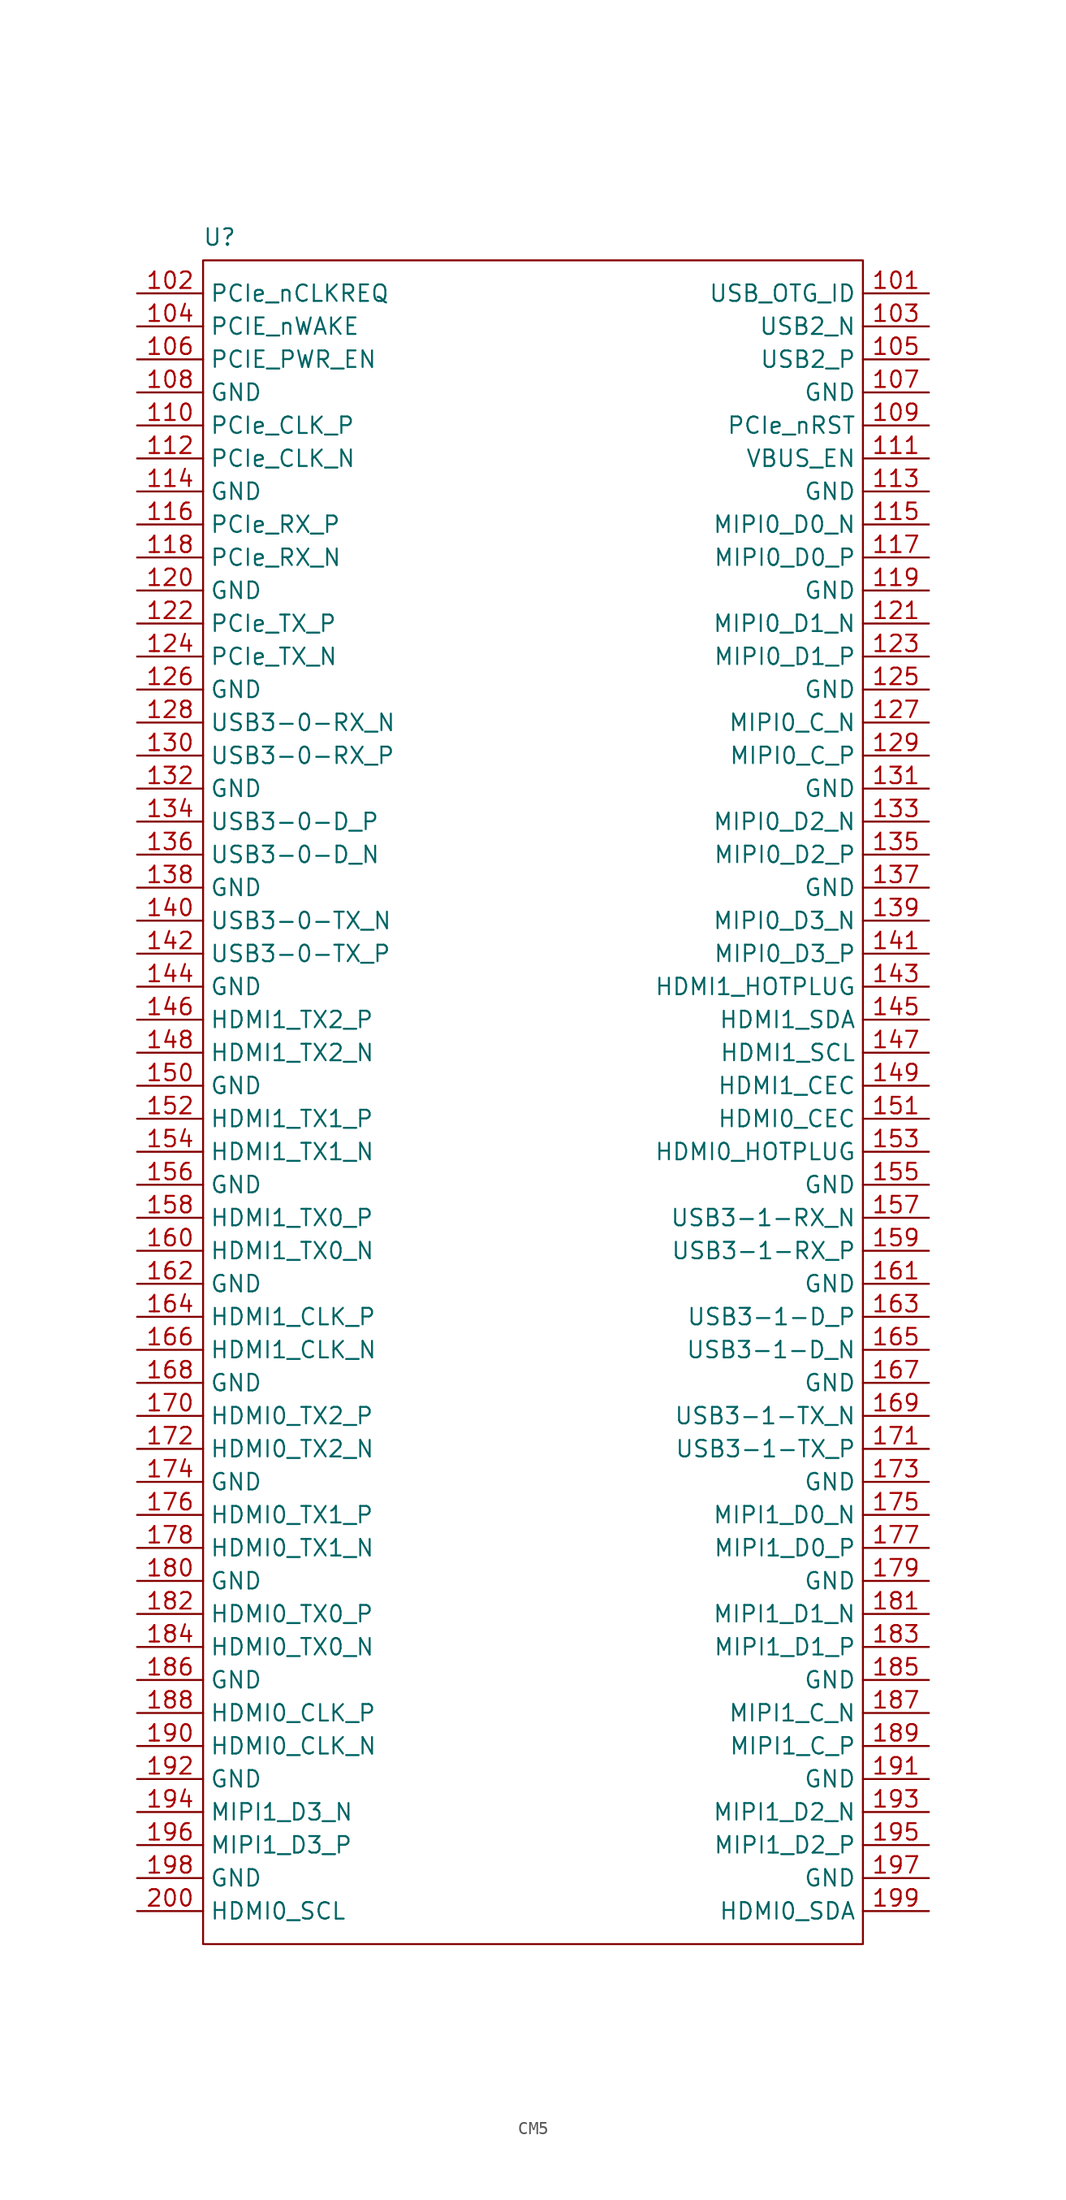
<source format=kicad_sym>
(kicad_symbol_lib
  (version 20241209)
  (generator "kicad_symbol_editor")
  (generator_version "9.0")
  (symbol "CM5"
    (property "Reference" "U"
      (at -24.13 66.548 0)
      (effects (font (size 1.27 1.27))))
    (property "Value" ""
      (at -1.27 2.54 0)
      (effects (font (size 1.27 1.27))))
    (symbol "CM5_1_1"
      (rectangle (start -25.4 64.77) (end 25.4 -64.77) (stroke (width 0) (type default)) (fill (type none)))
      (pin input line (at -30.48 62.23 0) (length 5.08) (name "PCIe_nCLKREQ" (effects (font (size 1.27 1.27)))) (number "102" (effects (font (size 1.27 1.27)))))
      (pin input line (at -30.48 59.69 0) (length 5.08) (name "PCIE_nWAKE" (effects (font (size 1.27 1.27)))) (number "104" (effects (font (size 1.27 1.27)))))
      (pin output line (at -30.48 57.15 0) (length 5.08) (name "PCIE_PWR_EN" (effects (font (size 1.27 1.27)))) (number "106" (effects (font (size 1.27 1.27)))))
      (pin power_in line (at -30.48 54.61 0) (length 5.08) (name "GND" (effects (font (size 1.27 1.27)))) (number "108" (effects (font (size 1.27 1.27)))))
      (pin output line (at -30.48 52.07 0) (length 5.08) (name "PCIe_CLK_P" (effects (font (size 1.27 1.27)))) (number "110" (effects (font (size 1.27 1.27)))))
      (pin output line (at -30.48 49.53 0) (length 5.08) (name "PCIe_CLK_N" (effects (font (size 1.27 1.27)))) (number "112" (effects (font (size 1.27 1.27)))))
      (pin power_in line (at -30.48 46.99 0) (length 5.08) (name "GND" (effects (font (size 1.27 1.27)))) (number "114" (effects (font (size 1.27 1.27)))))
      (pin input line (at -30.48 44.45 0) (length 5.08) (name "PCIe_RX_P" (effects (font (size 1.27 1.27)))) (number "116" (effects (font (size 1.27 1.27)))))
      (pin input line (at -30.48 41.91 0) (length 5.08) (name "PCIe_RX_N" (effects (font (size 1.27 1.27)))) (number "118" (effects (font (size 1.27 1.27)))))
      (pin power_in line (at -30.48 39.37 0) (length 5.08) (name "GND" (effects (font (size 1.27 1.27)))) (number "120" (effects (font (size 1.27 1.27)))))
      (pin output line (at -30.48 36.83 0) (length 5.08) (name "PCIe_TX_P" (effects (font (size 1.27 1.27)))) (number "122" (effects (font (size 1.27 1.27)))))
      (pin output line (at -30.48 34.29 0) (length 5.08) (name "PCIe_TX_N" (effects (font (size 1.27 1.27)))) (number "124" (effects (font (size 1.27 1.27)))))
      (pin power_in line (at -30.48 31.75 0) (length 5.08) (name "GND" (effects (font (size 1.27 1.27)))) (number "126" (effects (font (size 1.27 1.27)))))
      (pin input line (at -30.48 29.21 0) (length 5.08) (name "USB3-0-RX_N" (effects (font (size 1.27 1.27)))) (number "128" (effects (font (size 1.27 1.27)))))
      (pin input line (at -30.48 26.67 0) (length 5.08) (name "USB3-0-RX_P" (effects (font (size 1.27 1.27)))) (number "130" (effects (font (size 1.27 1.27)))))
      (pin power_in line (at -30.48 24.13 0) (length 5.08) (name "GND" (effects (font (size 1.27 1.27)))) (number "132" (effects (font (size 1.27 1.27)))))
      (pin passive line (at -30.48 21.59 0) (length 5.08) (name "USB3-0-D_P" (effects (font (size 1.27 1.27)))) (number "134" (effects (font (size 1.27 1.27)))))
      (pin passive line (at -30.48 19.05 0) (length 5.08) (name "USB3-0-D_N" (effects (font (size 1.27 1.27)))) (number "136" (effects (font (size 1.27 1.27)))))
      (pin power_in line (at -30.48 16.51 0) (length 5.08) (name "GND" (effects (font (size 1.27 1.27)))) (number "138" (effects (font (size 1.27 1.27)))))
      (pin output line (at -30.48 13.97 0) (length 5.08) (name "USB3-0-TX_N" (effects (font (size 1.27 1.27)))) (number "140" (effects (font (size 1.27 1.27)))))
      (pin output line (at -30.48 11.43 0) (length 5.08) (name "USB3-0-TX_P" (effects (font (size 1.27 1.27)))) (number "142" (effects (font (size 1.27 1.27)))))
      (pin power_in line (at -30.48 8.89 0) (length 5.08) (name "GND" (effects (font (size 1.27 1.27)))) (number "144" (effects (font (size 1.27 1.27)))))
      (pin output line (at -30.48 6.35 0) (length 5.08) (name "HDMI1_TX2_P" (effects (font (size 1.27 1.27)))) (number "146" (effects (font (size 1.27 1.27)))))
      (pin output line (at -30.48 3.81 0) (length 5.08) (name "HDMI1_TX2_N" (effects (font (size 1.27 1.27)))) (number "148" (effects (font (size 1.27 1.27)))))
      (pin power_in line (at -30.48 1.27 0) (length 5.08) (name "GND" (effects (font (size 1.27 1.27)))) (number "150" (effects (font (size 1.27 1.27)))))
      (pin output line (at -30.48 -1.27 0) (length 5.08) (name "HDMI1_TX1_P" (effects (font (size 1.27 1.27)))) (number "152" (effects (font (size 1.27 1.27)))))
      (pin output line (at -30.48 -3.81 0) (length 5.08) (name "HDMI1_TX1_N" (effects (font (size 1.27 1.27)))) (number "154" (effects (font (size 1.27 1.27)))))
      (pin power_in line (at -30.48 -6.35 0) (length 5.08) (name "GND" (effects (font (size 1.27 1.27)))) (number "156" (effects (font (size 1.27 1.27)))))
      (pin output line (at -30.48 -8.89 0) (length 5.08) (name "HDMI1_TX0_P" (effects (font (size 1.27 1.27)))) (number "158" (effects (font (size 1.27 1.27)))))
      (pin output line (at -30.48 -11.43 0) (length 5.08) (name "HDMI1_TX0_N" (effects (font (size 1.27 1.27)))) (number "160" (effects (font (size 1.27 1.27)))))
      (pin power_in line (at -30.48 -13.97 0) (length 5.08) (name "GND" (effects (font (size 1.27 1.27)))) (number "162" (effects (font (size 1.27 1.27)))))
      (pin output line (at -30.48 -16.51 0) (length 5.08) (name "HDMI1_CLK_P" (effects (font (size 1.27 1.27)))) (number "164" (effects (font (size 1.27 1.27)))))
      (pin output line (at -30.48 -19.05 0) (length 5.08) (name "HDMI1_CLK_N" (effects (font (size 1.27 1.27)))) (number "166" (effects (font (size 1.27 1.27)))))
      (pin power_in line (at -30.48 -21.59 0) (length 5.08) (name "GND" (effects (font (size 1.27 1.27)))) (number "168" (effects (font (size 1.27 1.27)))))
      (pin output line (at -30.48 -24.13 0) (length 5.08) (name "HDMI0_TX2_P" (effects (font (size 1.27 1.27)))) (number "170" (effects (font (size 1.27 1.27)))))
      (pin output line (at -30.48 -26.67 0) (length 5.08) (name "HDMI0_TX2_N" (effects (font (size 1.27 1.27)))) (number "172" (effects (font (size 1.27 1.27)))))
      (pin power_in line (at -30.48 -29.21 0) (length 5.08) (name "GND" (effects (font (size 1.27 1.27)))) (number "174" (effects (font (size 1.27 1.27)))))
      (pin output line (at -30.48 -31.75 0) (length 5.08) (name "HDMI0_TX1_P" (effects (font (size 1.27 1.27)))) (number "176" (effects (font (size 1.27 1.27)))))
      (pin output line (at -30.48 -34.29 0) (length 5.08) (name "HDMI0_TX1_N" (effects (font (size 1.27 1.27)))) (number "178" (effects (font (size 1.27 1.27)))))
      (pin power_in line (at -30.48 -36.83 0) (length 5.08) (name "GND" (effects (font (size 1.27 1.27)))) (number "180" (effects (font (size 1.27 1.27)))))
      (pin output line (at -30.48 -39.37 0) (length 5.08) (name "HDMI0_TX0_P" (effects (font (size 1.27 1.27)))) (number "182" (effects (font (size 1.27 1.27)))))
      (pin output line (at -30.48 -41.91 0) (length 5.08) (name "HDMI0_TX0_N" (effects (font (size 1.27 1.27)))) (number "184" (effects (font (size 1.27 1.27)))))
      (pin power_in line (at -30.48 -44.45 0) (length 5.08) (name "GND" (effects (font (size 1.27 1.27)))) (number "186" (effects (font (size 1.27 1.27)))))
      (pin output line (at -30.48 -46.99 0) (length 5.08) (name "HDMI0_CLK_P" (effects (font (size 1.27 1.27)))) (number "188" (effects (font (size 1.27 1.27)))))
      (pin output line (at -30.48 -49.53 0) (length 5.08) (name "HDMI0_CLK_N" (effects (font (size 1.27 1.27)))) (number "190" (effects (font (size 1.27 1.27)))))
      (pin power_in line (at -30.48 -52.07 0) (length 5.08) (name "GND" (effects (font (size 1.27 1.27)))) (number "192" (effects (font (size 1.27 1.27)))))
      (pin output line (at -30.48 -54.61 0) (length 5.08) (name "MIPI1_D3_N" (effects (font (size 1.27 1.27)))) (number "194" (effects (font (size 1.27 1.27)))))
      (pin output line (at -30.48 -57.15 0) (length 5.08) (name "MIPI1_D3_P" (effects (font (size 1.27 1.27)))) (number "196" (effects (font (size 1.27 1.27)))))
      (pin power_in line (at -30.48 -59.69 0) (length 5.08) (name "GND" (effects (font (size 1.27 1.27)))) (number "198" (effects (font (size 1.27 1.27)))))
      (pin open_collector line (at -30.48 -62.23 0) (length 5.08) (name "HDMI0_SCL" (effects (font (size 1.27 1.27)))) (number "200" (effects (font (size 1.27 1.27)))))
      (pin input line (at 30.48 62.23 180) (length 5.08) (name "USB_OTG_ID" (effects (font (size 1.27 1.27)))) (number "101" (effects (font (size 1.27 1.27)))))
      (pin passive line (at 30.48 59.69 180) (length 5.08) (name "USB2_N" (effects (font (size 1.27 1.27)))) (number "103" (effects (font (size 1.27 1.27)))))
      (pin passive line (at 30.48 57.15 180) (length 5.08) (name "USB2_P" (effects (font (size 1.27 1.27)))) (number "105" (effects (font (size 1.27 1.27)))))
      (pin power_in line (at 30.48 54.61 180) (length 5.08) (name "GND" (effects (font (size 1.27 1.27)))) (number "107" (effects (font (size 1.27 1.27)))))
      (pin output line (at 30.48 52.07 180) (length 5.08) (name "PCIe_nRST" (effects (font (size 1.27 1.27)))) (number "109" (effects (font (size 1.27 1.27)))))
      (pin output line (at 30.48 49.53 180) (length 5.08) (name "VBUS_EN" (effects (font (size 1.27 1.27)))) (number "111" (effects (font (size 1.27 1.27)))))
      (pin power_in line (at 30.48 46.99 180) (length 5.08) (name "GND" (effects (font (size 1.27 1.27)))) (number "113" (effects (font (size 1.27 1.27)))))
      (pin input line (at 30.48 44.45 180) (length 5.08) (name "MIPI0_D0_N" (effects (font (size 1.27 1.27)))) (number "115" (effects (font (size 1.27 1.27)))))
      (pin input line (at 30.48 41.91 180) (length 5.08) (name "MIPI0_D0_P" (effects (font (size 1.27 1.27)))) (number "117" (effects (font (size 1.27 1.27)))))
      (pin power_in line (at 30.48 39.37 180) (length 5.08) (name "GND" (effects (font (size 1.27 1.27)))) (number "119" (effects (font (size 1.27 1.27)))))
      (pin input line (at 30.48 36.83 180) (length 5.08) (name "MIPI0_D1_N" (effects (font (size 1.27 1.27)))) (number "121" (effects (font (size 1.27 1.27)))))
      (pin input line (at 30.48 34.29 180) (length 5.08) (name "MIPI0_D1_P" (effects (font (size 1.27 1.27)))) (number "123" (effects (font (size 1.27 1.27)))))
      (pin power_in line (at 30.48 31.75 180) (length 5.08) (name "GND" (effects (font (size 1.27 1.27)))) (number "125" (effects (font (size 1.27 1.27)))))
      (pin input line (at 30.48 29.21 180) (length 5.08) (name "MIPI0_C_N" (effects (font (size 1.27 1.27)))) (number "127" (effects (font (size 1.27 1.27)))))
      (pin input line (at 30.48 26.67 180) (length 5.08) (name "MIPI0_C_P" (effects (font (size 1.27 1.27)))) (number "129" (effects (font (size 1.27 1.27)))))
      (pin power_in line (at 30.48 24.13 180) (length 5.08) (name "GND" (effects (font (size 1.27 1.27)))) (number "131" (effects (font (size 1.27 1.27)))))
      (pin input line (at 30.48 21.59 180) (length 5.08) (name "MIPI0_D2_N" (effects (font (size 1.27 1.27)))) (number "133" (effects (font (size 1.27 1.27)))))
      (pin input line (at 30.48 19.05 180) (length 5.08) (name "MIPI0_D2_P" (effects (font (size 1.27 1.27)))) (number "135" (effects (font (size 1.27 1.27)))))
      (pin power_in line (at 30.48 16.51 180) (length 5.08) (name "GND" (effects (font (size 1.27 1.27)))) (number "137" (effects (font (size 1.27 1.27)))))
      (pin input line (at 30.48 13.97 180) (length 5.08) (name "MIPI0_D3_N" (effects (font (size 1.27 1.27)))) (number "139" (effects (font (size 1.27 1.27)))))
      (pin input line (at 30.48 11.43 180) (length 5.08) (name "MIPI0_D3_P" (effects (font (size 1.27 1.27)))) (number "141" (effects (font (size 1.27 1.27)))))
      (pin input line (at 30.48 8.89 180) (length 5.08) (name "HDMI1_HOTPLUG" (effects (font (size 1.27 1.27)))) (number "143" (effects (font (size 1.27 1.27)))))
      (pin bidirectional line (at 30.48 6.35 180) (length 5.08) (name "HDMI1_SDA" (effects (font (size 1.27 1.27)))) (number "145" (effects (font (size 1.27 1.27)))))
      (pin open_collector line (at 30.48 3.81 180) (length 5.08) (name "HDMI1_SCL" (effects (font (size 1.27 1.27)))) (number "147" (effects (font (size 1.27 1.27)))))
      (pin open_collector line (at 30.48 1.27 180) (length 5.08) (name "HDMI1_CEC" (effects (font (size 1.27 1.27)))) (number "149" (effects (font (size 1.27 1.27)))))
      (pin open_collector line (at 30.48 -1.27 180) (length 5.08) (name "HDMI0_CEC" (effects (font (size 1.27 1.27)))) (number "151" (effects (font (size 1.27 1.27)))))
      (pin input line (at 30.48 -3.81 180) (length 5.08) (name "HDMI0_HOTPLUG" (effects (font (size 1.27 1.27)))) (number "153" (effects (font (size 1.27 1.27)))))
      (pin power_in line (at 30.48 -6.35 180) (length 5.08) (name "GND" (effects (font (size 1.27 1.27)))) (number "155" (effects (font (size 1.27 1.27)))))
      (pin input line (at 30.48 -8.89 180) (length 5.08) (name "USB3-1-RX_N" (effects (font (size 1.27 1.27)))) (number "157" (effects (font (size 1.27 1.27)))))
      (pin input line (at 30.48 -11.43 180) (length 5.08) (name "USB3-1-RX_P" (effects (font (size 1.27 1.27)))) (number "159" (effects (font (size 1.27 1.27)))))
      (pin power_in line (at 30.48 -13.97 180) (length 5.08) (name "GND" (effects (font (size 1.27 1.27)))) (number "161" (effects (font (size 1.27 1.27)))))
      (pin passive line (at 30.48 -16.51 180) (length 5.08) (name "USB3-1-D_P" (effects (font (size 1.27 1.27)))) (number "163" (effects (font (size 1.27 1.27)))))
      (pin passive line (at 30.48 -19.05 180) (length 5.08) (name "USB3-1-D_N" (effects (font (size 1.27 1.27)))) (number "165" (effects (font (size 1.27 1.27)))))
      (pin power_in line (at 30.48 -21.59 180) (length 5.08) (name "GND" (effects (font (size 1.27 1.27)))) (number "167" (effects (font (size 1.27 1.27)))))
      (pin output line (at 30.48 -24.13 180) (length 5.08) (name "USB3-1-TX_N" (effects (font (size 1.27 1.27)))) (number "169" (effects (font (size 1.27 1.27)))))
      (pin output line (at 30.48 -26.67 180) (length 5.08) (name "USB3-1-TX_P" (effects (font (size 1.27 1.27)))) (number "171" (effects (font (size 1.27 1.27)))))
      (pin power_in line (at 30.48 -29.21 180) (length 5.08) (name "GND" (effects (font (size 1.27 1.27)))) (number "173" (effects (font (size 1.27 1.27)))))
      (pin output line (at 30.48 -31.75 180) (length 5.08) (name "MIPI1_D0_N" (effects (font (size 1.27 1.27)))) (number "175" (effects (font (size 1.27 1.27)))))
      (pin output line (at 30.48 -34.29 180) (length 5.08) (name "MIPI1_D0_P" (effects (font (size 1.27 1.27)))) (number "177" (effects (font (size 1.27 1.27)))))
      (pin power_in line (at 30.48 -36.83 180) (length 5.08) (name "GND" (effects (font (size 1.27 1.27)))) (number "179" (effects (font (size 1.27 1.27)))))
      (pin output line (at 30.48 -39.37 180) (length 5.08) (name "MIPI1_D1_N" (effects (font (size 1.27 1.27)))) (number "181" (effects (font (size 1.27 1.27)))))
      (pin output line (at 30.48 -41.91 180) (length 5.08) (name "MIPI1_D1_P" (effects (font (size 1.27 1.27)))) (number "183" (effects (font (size 1.27 1.27)))))
      (pin power_in line (at 30.48 -44.45 180) (length 5.08) (name "GND" (effects (font (size 1.27 1.27)))) (number "185" (effects (font (size 1.27 1.27)))))
      (pin output line (at 30.48 -46.99 180) (length 5.08) (name "MIPI1_C_N" (effects (font (size 1.27 1.27)))) (number "187" (effects (font (size 1.27 1.27)))))
      (pin output line (at 30.48 -49.53 180) (length 5.08) (name "MIPI1_C_P" (effects (font (size 1.27 1.27)))) (number "189" (effects (font (size 1.27 1.27)))))
      (pin power_in line (at 30.48 -52.07 180) (length 5.08) (name "GND" (effects (font (size 1.27 1.27)))) (number "191" (effects (font (size 1.27 1.27)))))
      (pin output line (at 30.48 -54.61 180) (length 5.08) (name "MIPI1_D2_N" (effects (font (size 1.27 1.27)))) (number "193" (effects (font (size 1.27 1.27)))))
      (pin output line (at 30.48 -57.15 180) (length 5.08) (name "MIPI1_D2_P" (effects (font (size 1.27 1.27)))) (number "195" (effects (font (size 1.27 1.27)))))
      (pin power_in line (at 30.48 -59.69 180) (length 5.08) (name "GND" (effects (font (size 1.27 1.27)))) (number "197" (effects (font (size 1.27 1.27)))))
      (pin bidirectional line (at 30.48 -62.23 180) (length 5.08) (name "HDMI0_SDA" (effects (font (size 1.27 1.27)))) (number "199" (effects (font (size 1.27 1.27))))))))
</source>
